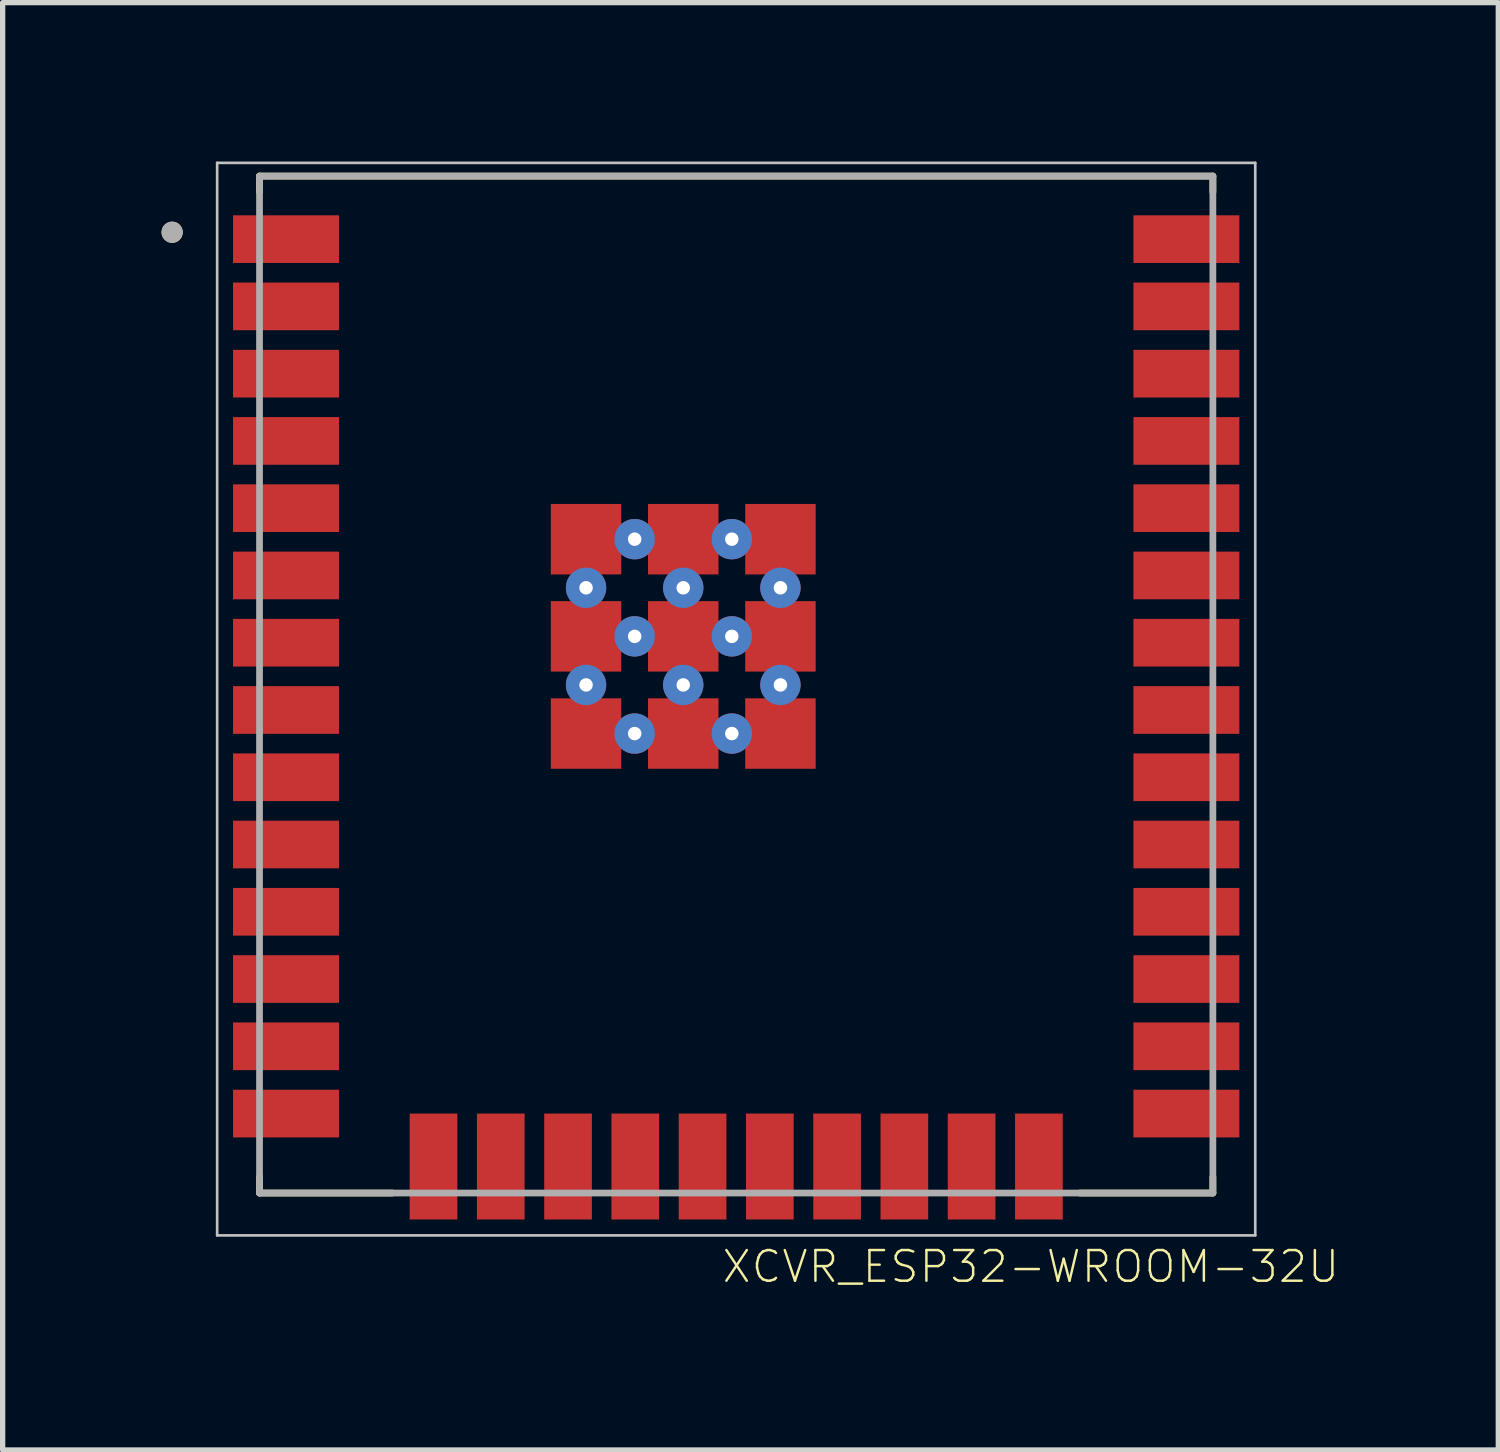
<source format=kicad_pcb>
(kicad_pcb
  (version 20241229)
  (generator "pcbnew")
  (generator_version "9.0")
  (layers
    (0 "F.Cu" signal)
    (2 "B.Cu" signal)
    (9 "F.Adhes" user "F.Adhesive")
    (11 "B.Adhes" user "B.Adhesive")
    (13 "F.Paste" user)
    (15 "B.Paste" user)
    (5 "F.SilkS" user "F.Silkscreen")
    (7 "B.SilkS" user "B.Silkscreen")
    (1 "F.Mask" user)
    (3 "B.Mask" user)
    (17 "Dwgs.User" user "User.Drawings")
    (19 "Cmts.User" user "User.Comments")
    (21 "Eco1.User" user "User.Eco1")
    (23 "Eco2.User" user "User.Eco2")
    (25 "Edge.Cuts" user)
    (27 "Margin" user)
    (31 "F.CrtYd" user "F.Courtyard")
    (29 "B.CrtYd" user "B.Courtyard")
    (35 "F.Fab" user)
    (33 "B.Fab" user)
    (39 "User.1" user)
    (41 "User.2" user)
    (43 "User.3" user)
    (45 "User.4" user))
  (footprint "XCVR_ESP32-WROOM-32U"
    (layer "F.Cu")
    (at 10.85 9.875)
    (property "Reference" "XCVR_ESP32-WROOM-32U" (at -0.299 11.329 180) (layer "F.SilkS") (effects (font (size 0.579 0.579) (thickness 0.046)) (justify left bottom)))
    (attr through_hole)
    (fp_line (start -9 -9.6) (end 9 -9.6) (stroke (width 0.127) (type solid)) (layer "F.SilkS"))
    (fp_line (start -9 -9.3) (end -9 -9.6) (stroke (width 0.127) (type solid)) (layer "F.SilkS"))
    (fp_line (start -9 9.3) (end -9 9.6) (stroke (width 0.127) (type solid)) (layer "F.SilkS"))
    (fp_line (start -9 9.6) (end -6.49 9.6) (stroke (width 0.127) (type solid)) (layer "F.SilkS"))
    (fp_line (start 6.49 9.6) (end 9 9.6) (stroke (width 0.127) (type solid)) (layer "F.SilkS"))
    (fp_line (start 9 -9.6) (end 9 -9.3) (stroke (width 0.127) (type solid)) (layer "F.SilkS"))
    (fp_line (start 9 9.6) (end 9 9.3) (stroke (width 0.127) (type solid)) (layer "F.SilkS"))
    (fp_circle (center -10.65 -8.54) (end -10.55 -8.54) (stroke (width 0.2) (type solid)) (fill no) (layer "F.SilkS"))
    (fp_line (start -9.8 -9.85) (end 9.8 -9.85) (stroke (width 0.05) (type solid)) (layer "Dwgs.User"))
    (fp_line (start -9.8 10.4) (end -9.8 -9.85) (stroke (width 0.05) (type solid)) (layer "Dwgs.User"))
    (fp_line (start 9.8 -9.85) (end 9.8 10.4) (stroke (width 0.05) (type solid)) (layer "Dwgs.User"))
    (fp_line (start 9.8 10.4) (end -9.8 10.4) (stroke (width 0.05) (type solid)) (layer "Dwgs.User"))
    (fp_line (start -9 -9.6) (end 9 -9.6) (stroke (width 0.127) (type solid)) (layer "F.Fab"))
    (fp_line (start -9 9.6) (end -9 -9.6) (stroke (width 0.127) (type solid)) (layer "F.Fab"))
    (fp_line (start 9 -9.6) (end 9 9.6) (stroke (width 0.127) (type solid)) (layer "F.Fab"))
    (fp_line (start 9 9.6) (end -9 9.6) (stroke (width 0.127) (type solid)) (layer "F.Fab"))
    (fp_circle (center -10.65 -8.54) (end -10.55 -8.54) (stroke (width 0.2) (type solid)) (fill no) (layer "F.Fab"))
    (pad "1" smd rect (at -8.5 -8.41) (size 2 0.9) (layers "F.Cu" "F.Mask" "F.Paste"))
    (pad "2" smd rect (at -8.5 -7.14) (size 2 0.9) (layers "F.Cu" "F.Mask" "F.Paste"))
    (pad "3" smd rect (at -8.5 -5.87) (size 2 0.9) (layers "F.Cu" "F.Mask" "F.Paste"))
    (pad "4" smd rect (at -8.5 -4.6) (size 2 0.9) (layers "F.Cu" "F.Mask" "F.Paste"))
    (pad "5" smd rect (at -8.5 -3.33) (size 2 0.9) (layers "F.Cu" "F.Mask" "F.Paste"))
    (pad "6" smd rect (at -8.5 -2.06) (size 2 0.9) (layers "F.Cu" "F.Mask" "F.Paste"))
    (pad "7" smd rect (at -8.5 -0.79) (size 2 0.9) (layers "F.Cu" "F.Mask" "F.Paste"))
    (pad "8" smd rect (at -8.5 0.48) (size 2 0.9) (layers "F.Cu" "F.Mask" "F.Paste"))
    (pad "9" smd rect (at -8.5 1.75) (size 2 0.9) (layers "F.Cu" "F.Mask" "F.Paste"))
    (pad "10" smd rect (at -8.5 3.02) (size 2 0.9) (layers "F.Cu" "F.Mask" "F.Paste"))
    (pad "11" smd rect (at -8.5 4.29) (size 2 0.9) (layers "F.Cu" "F.Mask" "F.Paste"))
    (pad "12" smd rect (at -8.5 5.56) (size 2 0.9) (layers "F.Cu" "F.Mask" "F.Paste"))
    (pad "13" smd rect (at -8.5 6.83) (size 2 0.9) (layers "F.Cu" "F.Mask" "F.Paste"))
    (pad "14" smd rect (at -8.5 8.1) (size 2 0.9) (layers "F.Cu" "F.Mask" "F.Paste"))
    (pad "15" smd rect (at -5.715 9.1) (size 0.9 2) (layers "F.Cu" "F.Mask" "F.Paste"))
    (pad "16" smd rect (at -4.445 9.1) (size 0.9 2) (layers "F.Cu" "F.Mask" "F.Paste"))
    (pad "17" smd rect (at -3.175 9.1) (size 0.9 2) (layers "F.Cu" "F.Mask" "F.Paste"))
    (pad "18" smd rect (at -1.905 9.1) (size 0.9 2) (layers "F.Cu" "F.Mask" "F.Paste"))
    (pad "19" smd rect (at -0.635 9.1) (size 0.9 2) (layers "F.Cu" "F.Mask" "F.Paste"))
    (pad "20" smd rect (at 0.635 9.1) (size 0.9 2) (layers "F.Cu" "F.Mask" "F.Paste"))
    (pad "21" smd rect (at 1.905 9.1) (size 0.9 2) (layers "F.Cu" "F.Mask" "F.Paste"))
    (pad "22" smd rect (at 3.175 9.1) (size 0.9 2) (layers "F.Cu" "F.Mask" "F.Paste"))
    (pad "23" smd rect (at 4.445 9.1) (size 0.9 2) (layers "F.Cu" "F.Mask" "F.Paste"))
    (pad "24" smd rect (at 5.715 9.1) (size 0.9 2) (layers "F.Cu" "F.Mask" "F.Paste"))
    (pad "25" smd rect (at 8.5 8.1) (size 2 0.9) (layers "F.Cu" "F.Mask" "F.Paste"))
    (pad "26" smd rect (at 8.5 6.83) (size 2 0.9) (layers "F.Cu" "F.Mask" "F.Paste"))
    (pad "27" smd rect (at 8.5 5.56) (size 2 0.9) (layers "F.Cu" "F.Mask" "F.Paste"))
    (pad "28" smd rect (at 8.5 4.29) (size 2 0.9) (layers "F.Cu" "F.Mask" "F.Paste"))
    (pad "29" smd rect (at 8.5 3.02) (size 2 0.9) (layers "F.Cu" "F.Mask" "F.Paste"))
    (pad "30" smd rect (at 8.5 1.75) (size 2 0.9) (layers "F.Cu" "F.Mask" "F.Paste"))
    (pad "31" smd rect (at 8.5 0.48) (size 2 0.9) (layers "F.Cu" "F.Mask" "F.Paste"))
    (pad "32" smd rect (at 8.5 -0.79) (size 2 0.9) (layers "F.Cu" "F.Mask" "F.Paste"))
    (pad "33" smd rect (at 8.5 -2.06) (size 2 0.9) (layers "F.Cu" "F.Mask" "F.Paste"))
    (pad "34" smd rect (at 8.5 -3.33) (size 2 0.9) (layers "F.Cu" "F.Mask" "F.Paste"))
    (pad "35" smd rect (at 8.5 -4.6) (size 2 0.9) (layers "F.Cu" "F.Mask" "F.Paste"))
    (pad "36" smd rect (at 8.5 -5.87) (size 2 0.9) (layers "F.Cu" "F.Mask" "F.Paste"))
    (pad "37" smd rect (at 8.5 -7.14) (size 2 0.9) (layers "F.Cu" "F.Mask" "F.Paste"))
    (pad "38" smd rect (at 8.5 -8.41) (size 2 0.9) (layers "F.Cu" "F.Mask" "F.Paste"))
    (pad "G.1" smd rect (at 0.835 -2.745) (size 1.33 1.33) (layers "F.Cu" "F.Mask" "F.Paste"))
    (pad "G.2" smd rect (at -1 -2.745) (size 1.33 1.33) (layers "F.Cu" "F.Mask" "F.Paste"))
    (pad "G.4" smd rect (at -2.835 -2.745) (size 1.33 1.33) (layers "F.Cu" "F.Mask" "F.Paste"))
    (pad "G.5" smd rect (at 0.835 -0.91) (size 1.33 1.33) (layers "F.Cu" "F.Mask" "F.Paste"))
    (pad "G.6" smd rect (at -1 -0.91) (size 1.33 1.33) (layers "F.Cu" "F.Mask" "F.Paste"))
    (pad "G.7" smd rect (at -2.835 -0.91) (size 1.33 1.33) (layers "F.Cu" "F.Mask" "F.Paste"))
    (pad "G.8" smd rect (at 0.835 0.925) (size 1.33 1.33) (layers "F.Cu" "F.Mask" "F.Paste"))
    (pad "G.9" smd rect (at -1 0.925) (size 1.33 1.33) (layers "F.Cu" "F.Mask" "F.Paste"))
    (pad "G.10" smd rect (at -2.835 0.925) (size 1.33 1.33) (layers "F.Cu" "F.Mask" "F.Paste"))
    (pad "G.11" thru_hole circle (at -0.083 -2.745) (size 0.762 0.762) (drill 0.254) (layers "*.Cu" "*.Mask"))
    (pad "G.12" thru_hole circle (at -1.917 -2.745) (size 0.762 0.762) (drill 0.254) (layers "*.Cu" "*.Mask"))
    (pad "G.13" thru_hole circle (at 0.835 -1.827) (size 0.762 0.762) (drill 0.254) (layers "*.Cu" "*.Mask"))
    (pad "G.14" thru_hole circle (at -1 -1.827) (size 0.762 0.762) (drill 0.254) (layers "*.Cu" "*.Mask"))
    (pad "G.15" thru_hole circle (at -2.835 -1.827) (size 0.762 0.762) (drill 0.254) (layers "*.Cu" "*.Mask"))
    (pad "G.16" thru_hole circle (at -0.083 -0.91) (size 0.762 0.762) (drill 0.254) (layers "*.Cu" "*.Mask"))
    (pad "G.17" thru_hole circle (at -1.917 -0.91) (size 0.762 0.762) (drill 0.254) (layers "*.Cu" "*.Mask"))
    (pad "G.18" thru_hole circle (at 0.835 0.007) (size 0.762 0.762) (drill 0.254) (layers "*.Cu" "*.Mask"))
    (pad "G.19" thru_hole circle (at -1 0.007) (size 0.762 0.762) (drill 0.254) (layers "*.Cu" "*.Mask"))
    (pad "G.20" thru_hole circle (at -2.835 0.007) (size 0.762 0.762) (drill 0.254) (layers "*.Cu" "*.Mask"))
    (pad "G.21" thru_hole circle (at -0.083 0.925) (size 0.762 0.762) (drill 0.254) (layers "*.Cu" "*.Mask"))
    (pad "G.22" thru_hole circle (at -1.917 0.925) (size 0.762 0.762) (drill 0.254) (layers "*.Cu" "*.Mask")))
  (gr_rect
    (start -3 -3)
    (end 25.239 24.326)
    (stroke (width 0.1) (type default))
    (fill no)
    (layer "Edge.Cuts")))
</source>
